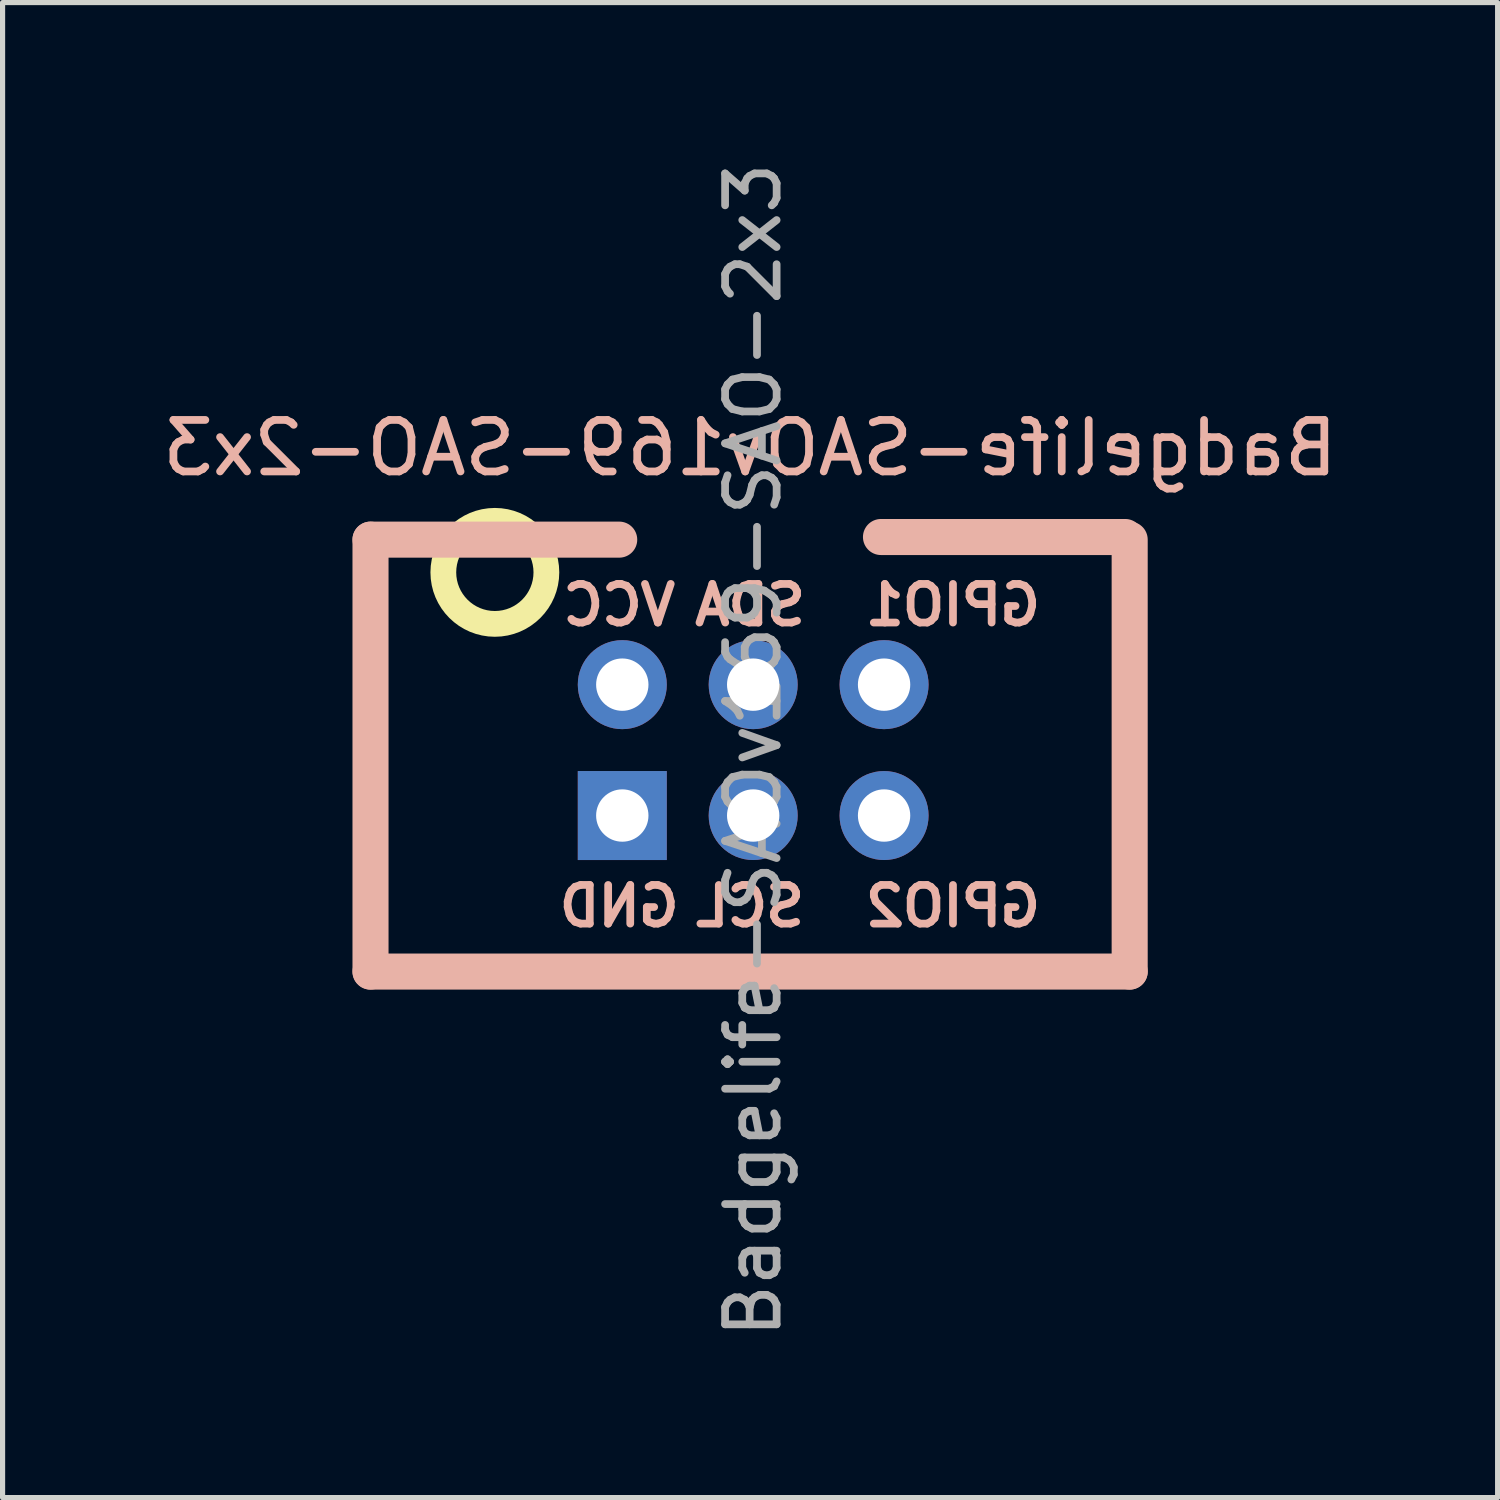
<source format=kicad_pcb>
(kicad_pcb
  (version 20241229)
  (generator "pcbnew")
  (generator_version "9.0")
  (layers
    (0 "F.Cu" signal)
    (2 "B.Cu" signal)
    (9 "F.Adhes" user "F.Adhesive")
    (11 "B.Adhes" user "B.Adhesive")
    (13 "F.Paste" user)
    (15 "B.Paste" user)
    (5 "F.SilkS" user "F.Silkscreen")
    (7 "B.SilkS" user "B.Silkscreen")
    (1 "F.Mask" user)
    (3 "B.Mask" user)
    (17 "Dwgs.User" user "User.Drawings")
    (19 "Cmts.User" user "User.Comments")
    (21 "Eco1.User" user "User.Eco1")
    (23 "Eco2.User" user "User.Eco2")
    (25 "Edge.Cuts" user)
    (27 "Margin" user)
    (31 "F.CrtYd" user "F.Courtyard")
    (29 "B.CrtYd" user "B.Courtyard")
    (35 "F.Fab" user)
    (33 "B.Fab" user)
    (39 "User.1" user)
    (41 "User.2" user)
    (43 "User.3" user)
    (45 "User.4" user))
  (footprint "Badgelife-SAOv169-SAO-2x3"
    (layer "F.Cu")
    (at 11.506 11.486)
    (property "Reference" "Badgelife-SAOv169-SAO-2x3" (at 0 -5.842 0) (layer "B.SilkS") (effects (font (size 1 1) (thickness 0.15)) (justify mirror)))
    (attr through_hole)
    (fp_circle (center -4.953 -3.429) (end -3.953 -3.429) (stroke (width 0.5) (type solid)) (fill no) (layer "F.SilkS"))
    (fp_line (start -7.366 -4.064) (end -7.366 4.318) (stroke (width 0.7) (type solid)) (layer "B.SilkS"))
    (fp_line (start -7.366 4.318) (end 7.366 4.318) (stroke (width 0.7) (type solid)) (layer "B.SilkS"))
    (fp_line (start -2.54 -4.064) (end -7.366 -4.064) (stroke (width 0.7) (type solid)) (layer "B.SilkS"))
    (fp_line (start 7.28 -4.115) (end 2.54 -4.115) (stroke (width 0.7) (type solid)) (layer "B.SilkS"))
    (fp_line (start 7.366 4.318) (end 7.366 -4.064) (stroke (width 0.7) (type solid)) (layer "B.SilkS"))
    (fp_text user "GND" (at -2.54 3.048 0) (unlocked yes) (layer "B.SilkS") (effects (font (size 0.75 0.75) (thickness 0.15)) (justify mirror)))
    (fp_text user "GPIO2" (at 3.937 3.048 0) (layer "B.SilkS") (effects (font (size 0.75 0.75) (thickness 0.15)) (justify mirror)))
    (fp_text user "GPIO1" (at 3.937 -2.794 0) (unlocked yes) (layer "B.SilkS") (effects (font (size 0.75 0.75) (thickness 0.15)) (justify mirror)))
    (fp_text user "SCL" (at 0 3.048 0) (layer "B.SilkS") (effects (font (size 0.75 0.75) (thickness 0.15)) (justify mirror)))
    (fp_text user "VCC" (at -2.54 -2.794 0) (unlocked yes) (layer "B.SilkS") (effects (font (size 0.75 0.75) (thickness 0.15)) (justify mirror)))
    (fp_text user "SDA" (at 0 -2.794 0) (unlocked yes) (layer "B.SilkS") (effects (font (size 0.75 0.75) (thickness 0.15)) (justify mirror)))
    (fp_text user "${REFERENCE}" (at 0.06 0.02 270) (layer "F.Fab") (effects (font (size 1 1) (thickness 0.15))))
    (pad "1" thru_hole oval (at -2.48 -1.25 270) (size 1.727 1.727) (drill 1.016) (layers "*.Cu" "*.Mask"))
    (pad "2" thru_hole rect (at -2.48 1.29 270) (size 1.727 1.727) (drill 1.016) (layers "*.Cu" "*.Mask"))
    (pad "3" thru_hole oval (at 0.06 -1.25 270) (size 1.727 1.727) (drill 1.016) (layers "*.Cu" "*.Mask"))
    (pad "4" thru_hole oval (at 0.06 1.29 270) (size 1.727 1.727) (drill 1.016) (layers "*.Cu" "*.Mask"))
    (pad "5" thru_hole circle (at 2.6 -1.25 270) (size 1.727 1.727) (drill 1.016) (layers "*.Cu" "*.Mask"))
    (pad "6" thru_hole circle (at 2.6 1.29 270) (size 1.727 1.727) (drill 1.016) (layers "*.Cu" "*.Mask")))
  (gr_rect
    (start -3 -3)
    (end 26.012 26.012)
    (stroke (width 0.1) (type default))
    (fill no)
    (layer "Edge.Cuts")))
</source>
